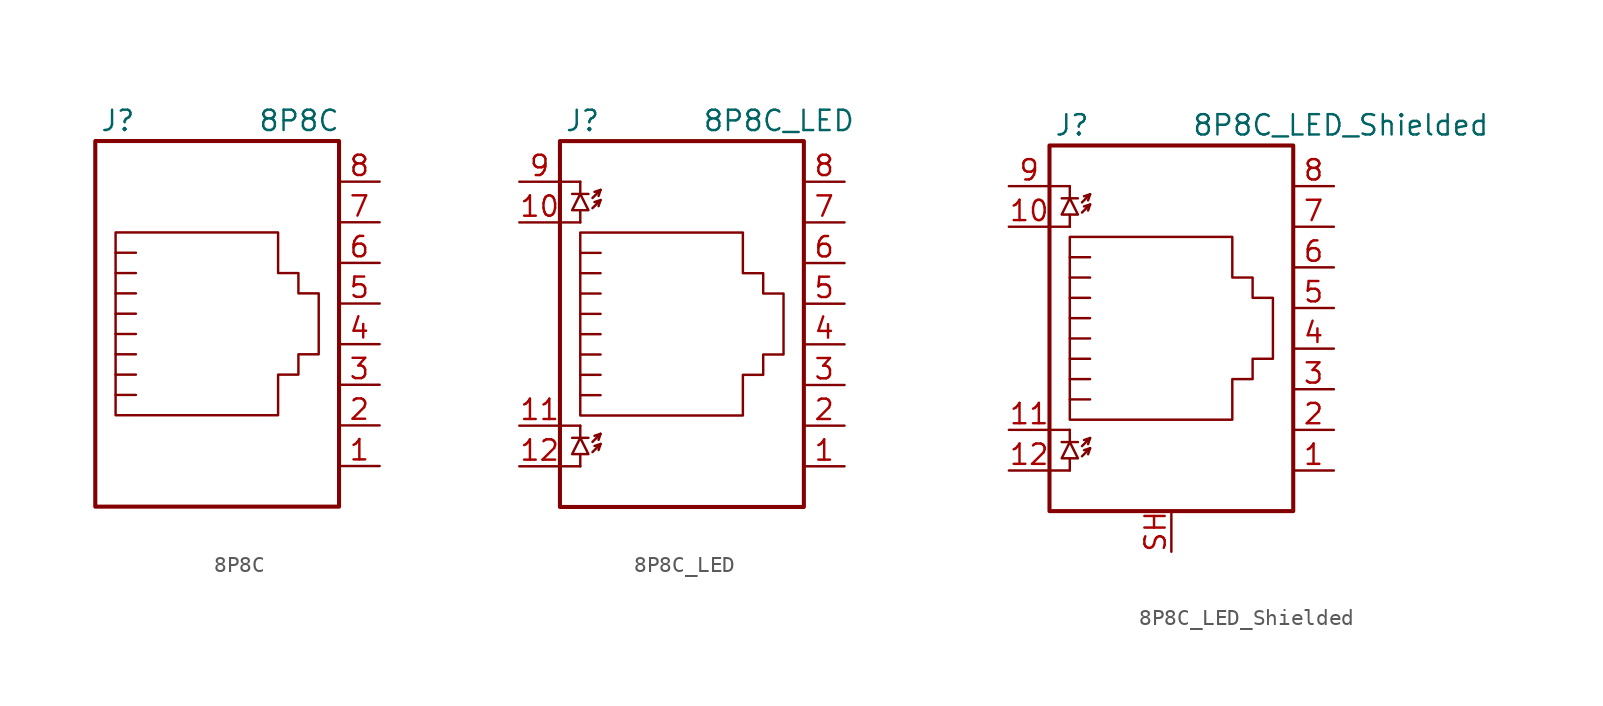
<source format=kicad_sym>
(kicad_symbol_lib
  (version 20211014)
  (generator kicad_symbol_editor)
  (symbol "8P8C"
    (pin_names
      (offset 1.016))
    (property "Reference" "J"
      (at -5.08 13.97 0)
      (effects (font (size 1.27 1.27)) (justify right)))
    (property "Value" "8P8C"
      (at 2.54 13.97 0)
      (effects (font (size 1.27 1.27)) (justify left)))
    (symbol "8P8C_0_1"
      (polyline (pts (xy -5.08 4.445) (xy -6.35 4.445)) (stroke (width 0) (type default) (color 0 0 0 0)) (fill (type none)))
      (polyline (pts (xy -5.08 5.715) (xy -6.35 5.715)) (stroke (width 0) (type default) (color 0 0 0 0)) (fill (type none)))
      (polyline (pts (xy -6.35 -3.175) (xy -5.08 -3.175) (xy -5.08 -3.175)) (stroke (width 0) (type default) (color 0 0 0 0)) (fill (type none)))
      (polyline (pts (xy -6.35 -1.905) (xy -5.08 -1.905) (xy -5.08 -1.905)) (stroke (width 0) (type default) (color 0 0 0 0)) (fill (type none)))
      (polyline (pts (xy -6.35 -0.635) (xy -5.08 -0.635) (xy -5.08 -0.635)) (stroke (width 0) (type default) (color 0 0 0 0)) (fill (type none)))
      (polyline (pts (xy -6.35 0.635) (xy -5.08 0.635) (xy -5.08 0.635)) (stroke (width 0) (type default) (color 0 0 0 0)) (fill (type none)))
      (polyline (pts (xy -6.35 1.905) (xy -5.08 1.905) (xy -5.08 1.905)) (stroke (width 0) (type default) (color 0 0 0 0)) (fill (type none)))
      (polyline (pts (xy -5.08 3.175) (xy -6.35 3.175) (xy -6.35 3.175)) (stroke (width 0) (type default) (color 0 0 0 0)) (fill (type none)))
      (polyline (pts (xy -6.35 -4.445) (xy -6.35 6.985) (xy 3.81 6.985) (xy 3.81 4.445) (xy 5.08 4.445) (xy 5.08 3.175) (xy 6.35 3.175) (xy 6.35 -0.635) (xy 5.08 -0.635) (xy 5.08 -1.905) (xy 3.81 -1.905) (xy 3.81 -4.445) (xy -6.35 -4.445) (xy -6.35 -4.445)) (stroke (width 0) (type default) (color 0 0 0 0)) (fill (type none)))
      (rectangle (start 7.62 12.7) (end -7.62 -10.16) (stroke (width 0.254) (type default) (color 0 0 0 0)) (fill (type none))))
    (symbol "8P8C_1_1"
      (pin passive line (at 10.16 -7.62 180) (length 2.54) (name "~" (effects (font (size 1.27 1.27)))) (number "1" (effects (font (size 1.27 1.27)))))
      (pin passive line (at 10.16 -5.08 180) (length 2.54) (name "~" (effects (font (size 1.27 1.27)))) (number "2" (effects (font (size 1.27 1.27)))))
      (pin passive line (at 10.16 -2.54 180) (length 2.54) (name "~" (effects (font (size 1.27 1.27)))) (number "3" (effects (font (size 1.27 1.27)))))
      (pin passive line (at 10.16 0 180) (length 2.54) (name "~" (effects (font (size 1.27 1.27)))) (number "4" (effects (font (size 1.27 1.27)))))
      (pin passive line (at 10.16 2.54 180) (length 2.54) (name "~" (effects (font (size 1.27 1.27)))) (number "5" (effects (font (size 1.27 1.27)))))
      (pin passive line (at 10.16 5.08 180) (length 2.54) (name "~" (effects (font (size 1.27 1.27)))) (number "6" (effects (font (size 1.27 1.27)))))
      (pin passive line (at 10.16 7.62 180) (length 2.54) (name "~" (effects (font (size 1.27 1.27)))) (number "7" (effects (font (size 1.27 1.27)))))
      (pin passive line (at 10.16 10.16 180) (length 2.54) (name "~" (effects (font (size 1.27 1.27)))) (number "8" (effects (font (size 1.27 1.27)))))))
  (symbol "8P8C_LED"
    (pin_names
      (offset 1.016))
    (property "Reference" "J"
      (at -5.08 13.97 0)
      (effects (font (size 1.27 1.27)) (justify right)))
    (property "Value" "8P8C_LED"
      (at 1.27 13.97 0)
      (effects (font (size 1.27 1.27)) (justify left)))
    (symbol "8P8C_LED_0_1"
      (polyline (pts (xy -7.62 -7.62) (xy -6.35 -7.62)) (stroke (width 0) (type default) (color 0 0 0 0)) (fill (type none)))
      (polyline (pts (xy -7.62 -5.08) (xy -6.35 -5.08)) (stroke (width 0) (type default) (color 0 0 0 0)) (fill (type none)))
      (polyline (pts (xy -7.62 7.62) (xy -6.35 7.62)) (stroke (width 0) (type default) (color 0 0 0 0)) (fill (type none)))
      (polyline (pts (xy -7.62 10.16) (xy -6.35 10.16)) (stroke (width 0) (type default) (color 0 0 0 0)) (fill (type none)))
      (polyline (pts (xy -6.858 -5.842) (xy -5.842 -5.842)) (stroke (width 0) (type default) (color 0 0 0 0)) (fill (type none)))
      (polyline (pts (xy -6.858 9.398) (xy -5.842 9.398)) (stroke (width 0) (type default) (color 0 0 0 0)) (fill (type none)))
      (polyline (pts (xy -6.35 -7.62) (xy -6.35 -6.858)) (stroke (width 0) (type default) (color 0 0 0 0)) (fill (type none)))
      (polyline (pts (xy -6.35 -5.08) (xy -6.35 -5.842)) (stroke (width 0) (type default) (color 0 0 0 0)) (fill (type none)))
      (polyline (pts (xy -6.35 7.62) (xy -6.35 8.382)) (stroke (width 0) (type default) (color 0 0 0 0)) (fill (type none)))
      (polyline (pts (xy -6.35 10.16) (xy -6.35 9.398)) (stroke (width 0) (type default) (color 0 0 0 0)) (fill (type none)))
      (polyline (pts (xy -5.08 -6.223) (xy -5.207 -6.604)) (stroke (width 0) (type default) (color 0 0 0 0)) (fill (type none)))
      (polyline (pts (xy -5.08 -5.588) (xy -5.207 -5.969)) (stroke (width 0) (type default) (color 0 0 0 0)) (fill (type none)))
      (polyline (pts (xy -5.08 4.445) (xy -6.35 4.445)) (stroke (width 0) (type default) (color 0 0 0 0)) (fill (type none)))
      (polyline (pts (xy -5.08 5.715) (xy -6.35 5.715)) (stroke (width 0) (type default) (color 0 0 0 0)) (fill (type none)))
      (polyline (pts (xy -5.08 9.017) (xy -5.207 8.636)) (stroke (width 0) (type default) (color 0 0 0 0)) (fill (type none)))
      (polyline (pts (xy -5.08 9.652) (xy -5.207 9.271)) (stroke (width 0) (type default) (color 0 0 0 0)) (fill (type none)))
      (polyline (pts (xy -6.35 -3.175) (xy -5.08 -3.175) (xy -5.08 -3.175)) (stroke (width 0) (type default) (color 0 0 0 0)) (fill (type none)))
      (polyline (pts (xy -6.35 -1.905) (xy -5.08 -1.905) (xy -5.08 -1.905)) (stroke (width 0) (type default) (color 0 0 0 0)) (fill (type none)))
      (polyline (pts (xy -6.35 -0.635) (xy -5.08 -0.635) (xy -5.08 -0.635)) (stroke (width 0) (type default) (color 0 0 0 0)) (fill (type none)))
      (polyline (pts (xy -6.35 0.635) (xy -5.08 0.635) (xy -5.08 0.635)) (stroke (width 0) (type default) (color 0 0 0 0)) (fill (type none)))
      (polyline (pts (xy -6.35 1.905) (xy -5.08 1.905) (xy -5.08 1.905)) (stroke (width 0) (type default) (color 0 0 0 0)) (fill (type none)))
      (polyline (pts (xy -5.588 -6.731) (xy -5.08 -6.223) (xy -5.461 -6.35)) (stroke (width 0) (type default) (color 0 0 0 0)) (fill (type none)))
      (polyline (pts (xy -5.588 -6.096) (xy -5.08 -5.588) (xy -5.461 -5.715)) (stroke (width 0) (type default) (color 0 0 0 0)) (fill (type none)))
      (polyline (pts (xy -5.588 8.509) (xy -5.08 9.017) (xy -5.461 8.89)) (stroke (width 0) (type default) (color 0 0 0 0)) (fill (type none)))
      (polyline (pts (xy -5.588 9.144) (xy -5.08 9.652) (xy -5.461 9.525)) (stroke (width 0) (type default) (color 0 0 0 0)) (fill (type none)))
      (polyline (pts (xy -5.08 3.175) (xy -6.35 3.175) (xy -6.35 3.175)) (stroke (width 0) (type default) (color 0 0 0 0)) (fill (type none)))
      (polyline (pts (xy -6.35 -5.842) (xy -6.858 -6.858) (xy -5.842 -6.858) (xy -6.35 -5.842)) (stroke (width 0) (type default) (color 0 0 0 0)) (fill (type none)))
      (polyline (pts (xy -6.35 9.398) (xy -6.858 8.382) (xy -5.842 8.382) (xy -6.35 9.398)) (stroke (width 0) (type default) (color 0 0 0 0)) (fill (type none)))
      (polyline (pts (xy -6.35 -4.445) (xy -6.35 6.985) (xy 3.81 6.985) (xy 3.81 4.445) (xy 5.08 4.445) (xy 5.08 3.175) (xy 6.35 3.175) (xy 6.35 -0.635) (xy 5.08 -0.635) (xy 5.08 -1.905) (xy 3.81 -1.905) (xy 3.81 -4.445) (xy -6.35 -4.445) (xy -6.35 -4.445)) (stroke (width 0) (type default) (color 0 0 0 0)) (fill (type none)))
      (rectangle (start 7.62 12.7) (end -7.62 -10.16) (stroke (width 0.254) (type default) (color 0 0 0 0)) (fill (type none))))
    (symbol "8P8C_LED_1_1"
      (pin passive line (at 10.16 -7.62 180) (length 2.54) (name "~" (effects (font (size 1.27 1.27)))) (number "1" (effects (font (size 1.27 1.27)))))
      (pin passive line (at -10.16 7.62 0) (length 2.54) (name "~" (effects (font (size 1.27 1.27)))) (number "10" (effects (font (size 1.27 1.27)))))
      (pin passive line (at -10.16 -5.08 0) (length 2.54) (name "~" (effects (font (size 1.27 1.27)))) (number "11" (effects (font (size 1.27 1.27)))))
      (pin passive line (at -10.16 -7.62 0) (length 2.54) (name "~" (effects (font (size 1.27 1.27)))) (number "12" (effects (font (size 1.27 1.27)))))
      (pin passive line (at 10.16 -5.08 180) (length 2.54) (name "~" (effects (font (size 1.27 1.27)))) (number "2" (effects (font (size 1.27 1.27)))))
      (pin passive line (at 10.16 -2.54 180) (length 2.54) (name "~" (effects (font (size 1.27 1.27)))) (number "3" (effects (font (size 1.27 1.27)))))
      (pin passive line (at 10.16 0 180) (length 2.54) (name "~" (effects (font (size 1.27 1.27)))) (number "4" (effects (font (size 1.27 1.27)))))
      (pin passive line (at 10.16 2.54 180) (length 2.54) (name "~" (effects (font (size 1.27 1.27)))) (number "5" (effects (font (size 1.27 1.27)))))
      (pin passive line (at 10.16 5.08 180) (length 2.54) (name "~" (effects (font (size 1.27 1.27)))) (number "6" (effects (font (size 1.27 1.27)))))
      (pin passive line (at 10.16 7.62 180) (length 2.54) (name "~" (effects (font (size 1.27 1.27)))) (number "7" (effects (font (size 1.27 1.27)))))
      (pin passive line (at 10.16 10.16 180) (length 2.54) (name "~" (effects (font (size 1.27 1.27)))) (number "8" (effects (font (size 1.27 1.27)))))
      (pin passive line (at -10.16 10.16 0) (length 2.54) (name "~" (effects (font (size 1.27 1.27)))) (number "9" (effects (font (size 1.27 1.27)))))))
  (symbol "8P8C_LED_Shielded"
    (pin_names
      (offset 1.016))
    (property "Reference" "J"
      (at -5.08 13.97 0)
      (effects (font (size 1.27 1.27)) (justify right)))
    (property "Value" "8P8C_LED_Shielded"
      (at 1.27 13.97 0)
      (effects (font (size 1.27 1.27)) (justify left)))
    (symbol "8P8C_LED_Shielded_0_1"
      (polyline (pts (xy -7.62 -7.62) (xy -6.35 -7.62)) (stroke (width 0) (type default) (color 0 0 0 0)) (fill (type none)))
      (polyline (pts (xy -7.62 -5.08) (xy -6.35 -5.08)) (stroke (width 0) (type default) (color 0 0 0 0)) (fill (type none)))
      (polyline (pts (xy -7.62 7.62) (xy -6.35 7.62)) (stroke (width 0) (type default) (color 0 0 0 0)) (fill (type none)))
      (polyline (pts (xy -7.62 10.16) (xy -6.35 10.16)) (stroke (width 0) (type default) (color 0 0 0 0)) (fill (type none)))
      (polyline (pts (xy -6.858 -5.842) (xy -5.842 -5.842)) (stroke (width 0) (type default) (color 0 0 0 0)) (fill (type none)))
      (polyline (pts (xy -6.858 9.398) (xy -5.842 9.398)) (stroke (width 0) (type default) (color 0 0 0 0)) (fill (type none)))
      (polyline (pts (xy -6.35 -7.62) (xy -6.35 -6.858)) (stroke (width 0) (type default) (color 0 0 0 0)) (fill (type none)))
      (polyline (pts (xy -6.35 -5.08) (xy -6.35 -5.842)) (stroke (width 0) (type default) (color 0 0 0 0)) (fill (type none)))
      (polyline (pts (xy -6.35 7.62) (xy -6.35 8.382)) (stroke (width 0) (type default) (color 0 0 0 0)) (fill (type none)))
      (polyline (pts (xy -6.35 10.16) (xy -6.35 9.398)) (stroke (width 0) (type default) (color 0 0 0 0)) (fill (type none)))
      (polyline (pts (xy -5.08 -6.223) (xy -5.207 -6.604)) (stroke (width 0) (type default) (color 0 0 0 0)) (fill (type none)))
      (polyline (pts (xy -5.08 -5.588) (xy -5.207 -5.969)) (stroke (width 0) (type default) (color 0 0 0 0)) (fill (type none)))
      (polyline (pts (xy -5.08 4.445) (xy -6.35 4.445)) (stroke (width 0) (type default) (color 0 0 0 0)) (fill (type none)))
      (polyline (pts (xy -5.08 5.715) (xy -6.35 5.715)) (stroke (width 0) (type default) (color 0 0 0 0)) (fill (type none)))
      (polyline (pts (xy -5.08 9.017) (xy -5.207 8.636)) (stroke (width 0) (type default) (color 0 0 0 0)) (fill (type none)))
      (polyline (pts (xy -5.08 9.652) (xy -5.207 9.271)) (stroke (width 0) (type default) (color 0 0 0 0)) (fill (type none)))
      (polyline (pts (xy -6.35 -3.175) (xy -5.08 -3.175) (xy -5.08 -3.175)) (stroke (width 0) (type default) (color 0 0 0 0)) (fill (type none)))
      (polyline (pts (xy -6.35 -1.905) (xy -5.08 -1.905) (xy -5.08 -1.905)) (stroke (width 0) (type default) (color 0 0 0 0)) (fill (type none)))
      (polyline (pts (xy -6.35 -0.635) (xy -5.08 -0.635) (xy -5.08 -0.635)) (stroke (width 0) (type default) (color 0 0 0 0)) (fill (type none)))
      (polyline (pts (xy -6.35 0.635) (xy -5.08 0.635) (xy -5.08 0.635)) (stroke (width 0) (type default) (color 0 0 0 0)) (fill (type none)))
      (polyline (pts (xy -6.35 1.905) (xy -5.08 1.905) (xy -5.08 1.905)) (stroke (width 0) (type default) (color 0 0 0 0)) (fill (type none)))
      (polyline (pts (xy -5.588 -6.731) (xy -5.08 -6.223) (xy -5.461 -6.35)) (stroke (width 0) (type default) (color 0 0 0 0)) (fill (type none)))
      (polyline (pts (xy -5.588 -6.096) (xy -5.08 -5.588) (xy -5.461 -5.715)) (stroke (width 0) (type default) (color 0 0 0 0)) (fill (type none)))
      (polyline (pts (xy -5.588 8.509) (xy -5.08 9.017) (xy -5.461 8.89)) (stroke (width 0) (type default) (color 0 0 0 0)) (fill (type none)))
      (polyline (pts (xy -5.588 9.144) (xy -5.08 9.652) (xy -5.461 9.525)) (stroke (width 0) (type default) (color 0 0 0 0)) (fill (type none)))
      (polyline (pts (xy -5.08 3.175) (xy -6.35 3.175) (xy -6.35 3.175)) (stroke (width 0) (type default) (color 0 0 0 0)) (fill (type none)))
      (polyline (pts (xy -6.35 -5.842) (xy -6.858 -6.858) (xy -5.842 -6.858) (xy -6.35 -5.842)) (stroke (width 0) (type default) (color 0 0 0 0)) (fill (type none)))
      (polyline (pts (xy -6.35 9.398) (xy -6.858 8.382) (xy -5.842 8.382) (xy -6.35 9.398)) (stroke (width 0) (type default) (color 0 0 0 0)) (fill (type none)))
      (polyline (pts (xy -6.35 -4.445) (xy -6.35 6.985) (xy 3.81 6.985) (xy 3.81 4.445) (xy 5.08 4.445) (xy 5.08 3.175) (xy 6.35 3.175) (xy 6.35 -0.635) (xy 5.08 -0.635) (xy 5.08 -1.905) (xy 3.81 -1.905) (xy 3.81 -4.445) (xy -6.35 -4.445) (xy -6.35 -4.445)) (stroke (width 0) (type default) (color 0 0 0 0)) (fill (type none)))
      (rectangle (start 7.62 12.7) (end -7.62 -10.16) (stroke (width 0.254) (type default) (color 0 0 0 0)) (fill (type none))))
    (symbol "8P8C_LED_Shielded_1_1"
      (pin passive line (at 10.16 -7.62 180) (length 2.54) (name "~" (effects (font (size 1.27 1.27)))) (number "1" (effects (font (size 1.27 1.27)))))
      (pin passive line (at -10.16 7.62 0) (length 2.54) (name "~" (effects (font (size 1.27 1.27)))) (number "10" (effects (font (size 1.27 1.27)))))
      (pin passive line (at -10.16 -5.08 0) (length 2.54) (name "~" (effects (font (size 1.27 1.27)))) (number "11" (effects (font (size 1.27 1.27)))))
      (pin passive line (at -10.16 -7.62 0) (length 2.54) (name "~" (effects (font (size 1.27 1.27)))) (number "12" (effects (font (size 1.27 1.27)))))
      (pin passive line (at 10.16 -5.08 180) (length 2.54) (name "~" (effects (font (size 1.27 1.27)))) (number "2" (effects (font (size 1.27 1.27)))))
      (pin passive line (at 10.16 -2.54 180) (length 2.54) (name "~" (effects (font (size 1.27 1.27)))) (number "3" (effects (font (size 1.27 1.27)))))
      (pin passive line (at 10.16 0 180) (length 2.54) (name "~" (effects (font (size 1.27 1.27)))) (number "4" (effects (font (size 1.27 1.27)))))
      (pin passive line (at 10.16 2.54 180) (length 2.54) (name "~" (effects (font (size 1.27 1.27)))) (number "5" (effects (font (size 1.27 1.27)))))
      (pin passive line (at 10.16 5.08 180) (length 2.54) (name "~" (effects (font (size 1.27 1.27)))) (number "6" (effects (font (size 1.27 1.27)))))
      (pin passive line (at 10.16 7.62 180) (length 2.54) (name "~" (effects (font (size 1.27 1.27)))) (number "7" (effects (font (size 1.27 1.27)))))
      (pin passive line (at 10.16 10.16 180) (length 2.54) (name "~" (effects (font (size 1.27 1.27)))) (number "8" (effects (font (size 1.27 1.27)))))
      (pin passive line (at -10.16 10.16 0) (length 2.54) (name "~" (effects (font (size 1.27 1.27)))) (number "9" (effects (font (size 1.27 1.27)))))
      (pin passive line (at 0 -12.7 90) (length 2.54) (name "~" (effects (font (size 1.27 1.27)))) (number "SH" (effects (font (size 1.27 1.27))))))))
</source>
